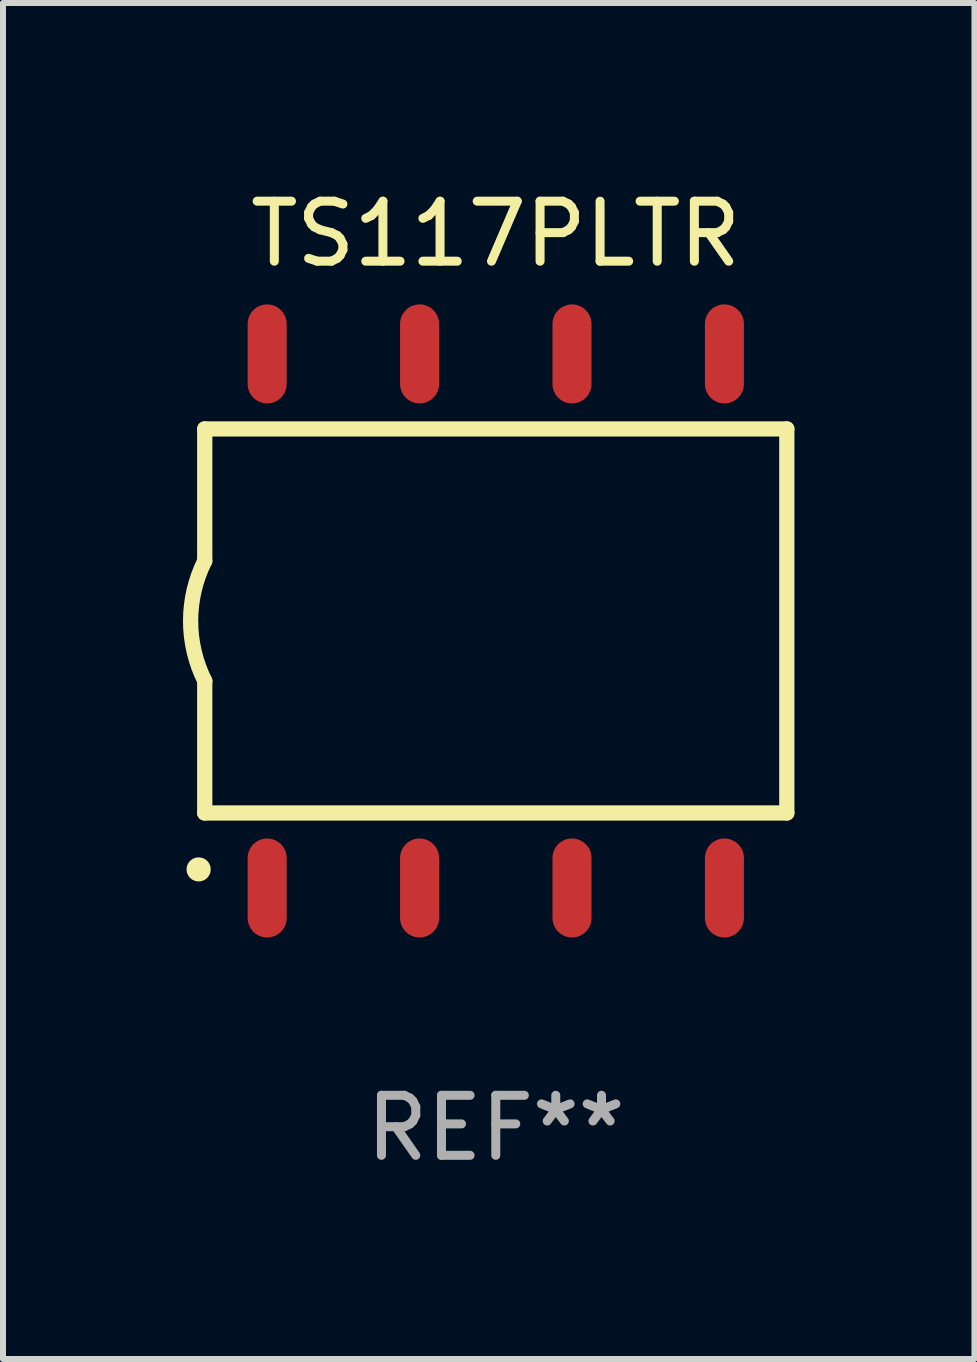
<source format=kicad_pcb>
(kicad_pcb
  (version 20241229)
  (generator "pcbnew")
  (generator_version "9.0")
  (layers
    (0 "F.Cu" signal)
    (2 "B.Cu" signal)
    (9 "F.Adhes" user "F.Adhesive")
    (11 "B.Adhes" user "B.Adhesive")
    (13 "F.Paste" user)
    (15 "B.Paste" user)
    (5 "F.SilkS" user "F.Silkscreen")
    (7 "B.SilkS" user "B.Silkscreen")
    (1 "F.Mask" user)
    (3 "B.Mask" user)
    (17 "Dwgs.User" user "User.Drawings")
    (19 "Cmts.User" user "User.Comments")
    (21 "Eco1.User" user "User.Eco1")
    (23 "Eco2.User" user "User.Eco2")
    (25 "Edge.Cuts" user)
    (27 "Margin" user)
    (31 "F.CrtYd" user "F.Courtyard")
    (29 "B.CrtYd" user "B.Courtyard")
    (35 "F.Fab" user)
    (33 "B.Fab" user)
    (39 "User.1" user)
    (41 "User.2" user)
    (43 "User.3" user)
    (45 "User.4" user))
  (footprint "TS117PLTR"
    (layer "F.Cu")
    (at 5.212 7.298)
    (property "Reference" "TS117PLTR" (at 0 -6.45 0) (layer "F.SilkS") (effects (font (size 1 1) (thickness 0.15))))
    (attr through_hole)
    (fp_line (start -4.85 -3.2) (end -4.85 -1) (stroke (width 0.254) (type solid)) (layer "F.SilkS"))
    (fp_line (start -4.85 -3.2) (end 4.85 -3.2) (stroke (width 0.254) (type solid)) (layer "F.SilkS"))
    (fp_line (start -4.85 3.2) (end -4.85 1) (stroke (width 0.254) (type solid)) (layer "F.SilkS"))
    (fp_line (start 4.85 -3.2) (end 4.85 3.2) (stroke (width 0.254) (type solid)) (layer "F.SilkS"))
    (fp_line (start 4.85 3.2) (end -4.85 3.2) (stroke (width 0.254) (type solid)) (layer "F.SilkS"))
    (fp_arc (start -4.95301 4.140208) (mid -4.95174 4.140204) (end -4.95047 4.140208) (stroke (width 0.4) (type solid)) (layer "F.SilkS"))
    (fp_arc (start -4.84887 1.000762) (mid -5.085418 0.000516) (end -4.850013 -1) (stroke (width 0.254001) (type solid)) (layer "F.SilkS"))
    (fp_text user "REF**" (at 0 8.45 0) (layer "F.Fab") (effects (font (size 1 1) (thickness 0.15))))
    (pad "1" smd oval (at -3.81 4.45) (size 0.65 1.65) (layers "F.Cu" "F.Mask" "F.Paste"))
    (pad "2" smd oval (at -1.27 4.45) (size 0.65 1.65) (layers "F.Cu" "F.Mask" "F.Paste"))
    (pad "3" smd oval (at 1.27 4.45) (size 0.65 1.65) (layers "F.Cu" "F.Mask" "F.Paste"))
    (pad "4" smd oval (at 3.81 4.45) (size 0.65 1.65) (layers "F.Cu" "F.Mask" "F.Paste"))
    (pad "5" smd oval (at 3.81 -4.45 180) (size 0.65 1.65) (layers "F.Cu" "F.Mask" "F.Paste"))
    (pad "6" smd oval (at 1.27 -4.45 180) (size 0.65 1.65) (layers "F.Cu" "F.Mask" "F.Paste"))
    (pad "7" smd oval (at -1.27 -4.45 180) (size 0.65 1.65) (layers "F.Cu" "F.Mask" "F.Paste"))
    (pad "8" smd oval (at -3.81 -4.45 180) (size 0.65 1.65) (layers "F.Cu" "F.Mask" "F.Paste")))
  (gr_rect
    (start -3 -3)
    (end 13.189 19.597)
    (stroke (width 0.1) (type default))
    (fill no)
    (layer "Edge.Cuts")))
</source>
